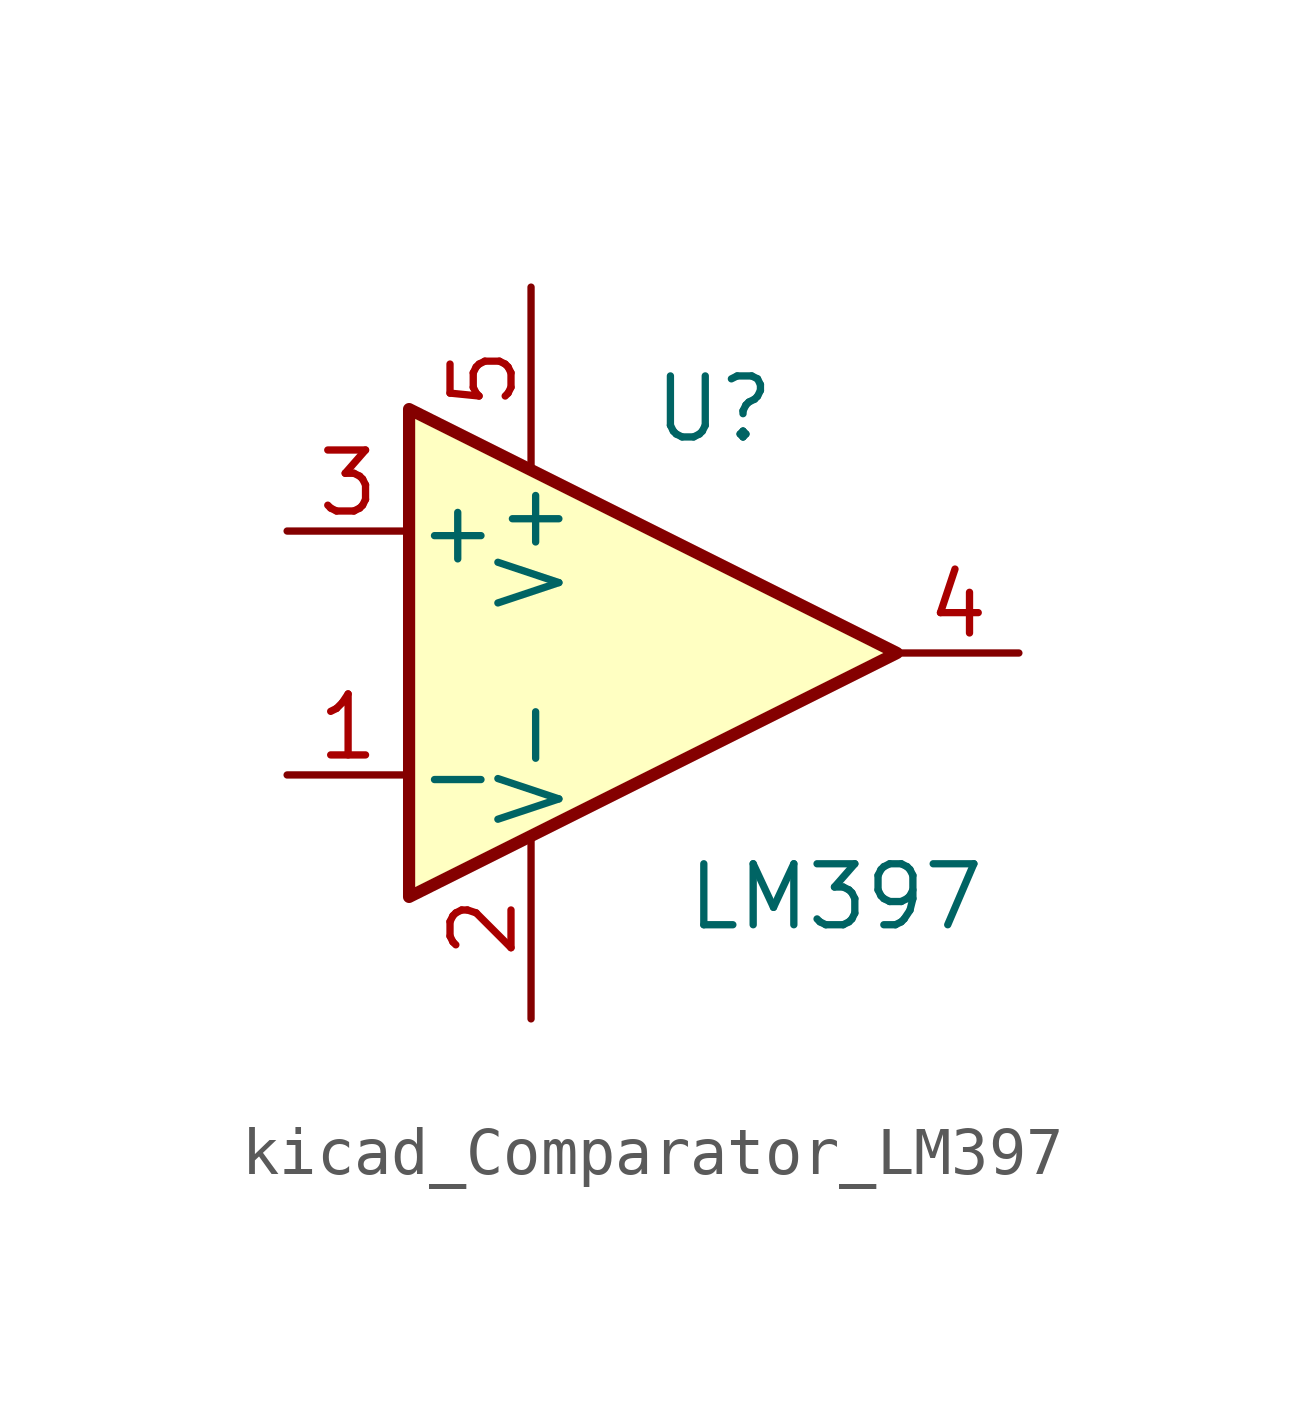
<source format=kicad_sym>
(kicad_symbol_lib
  (version 20220914)
  (generator kicad_symbol_editor)
  (symbol "kicad_Comparator_LM397"
    (pin_names
      (offset 0.127))
    (property "Reference" "U"
      (at 1.27 5.08 0)
      (effects (font (size 1.27 1.27))))
    (property "Value" "LM397"
      (at 3.81 -5.08 0)
      (effects (font (size 1.27 1.27))))
    (symbol "kicad_Comparator_LM397_0_1"
      (polyline (pts (xy -5.08 5.08) (xy 5.08 0) (xy -5.08 -5.08) (xy -5.08 5.08)) (stroke (width 0.254) (type default)) (fill (type background))))
    (symbol "kicad_Comparator_LM397_1_1"
      (pin input line (at -7.62 -2.54 0) (length 2.54) (name "-" (effects (font (size 1.27 1.27)))) (number "1" (effects (font (size 1.27 1.27)))))
      (pin power_in line (at -2.54 -7.62 90) (length 3.81) (name "V-" (effects (font (size 1.27 1.27)))) (number "2" (effects (font (size 1.27 1.27)))))
      (pin input line (at -7.62 2.54 0) (length 2.54) (name "+" (effects (font (size 1.27 1.27)))) (number "3" (effects (font (size 1.27 1.27)))))
      (pin open_collector line (at 7.62 0 180) (length 2.54) (name "~" (effects (font (size 1.27 1.27)))) (number "4" (effects (font (size 1.27 1.27)))))
      (pin power_in line (at -2.54 7.62 270) (length 3.81) (name "V+" (effects (font (size 1.27 1.27)))) (number "5" (effects (font (size 1.27 1.27))))))))
</source>
